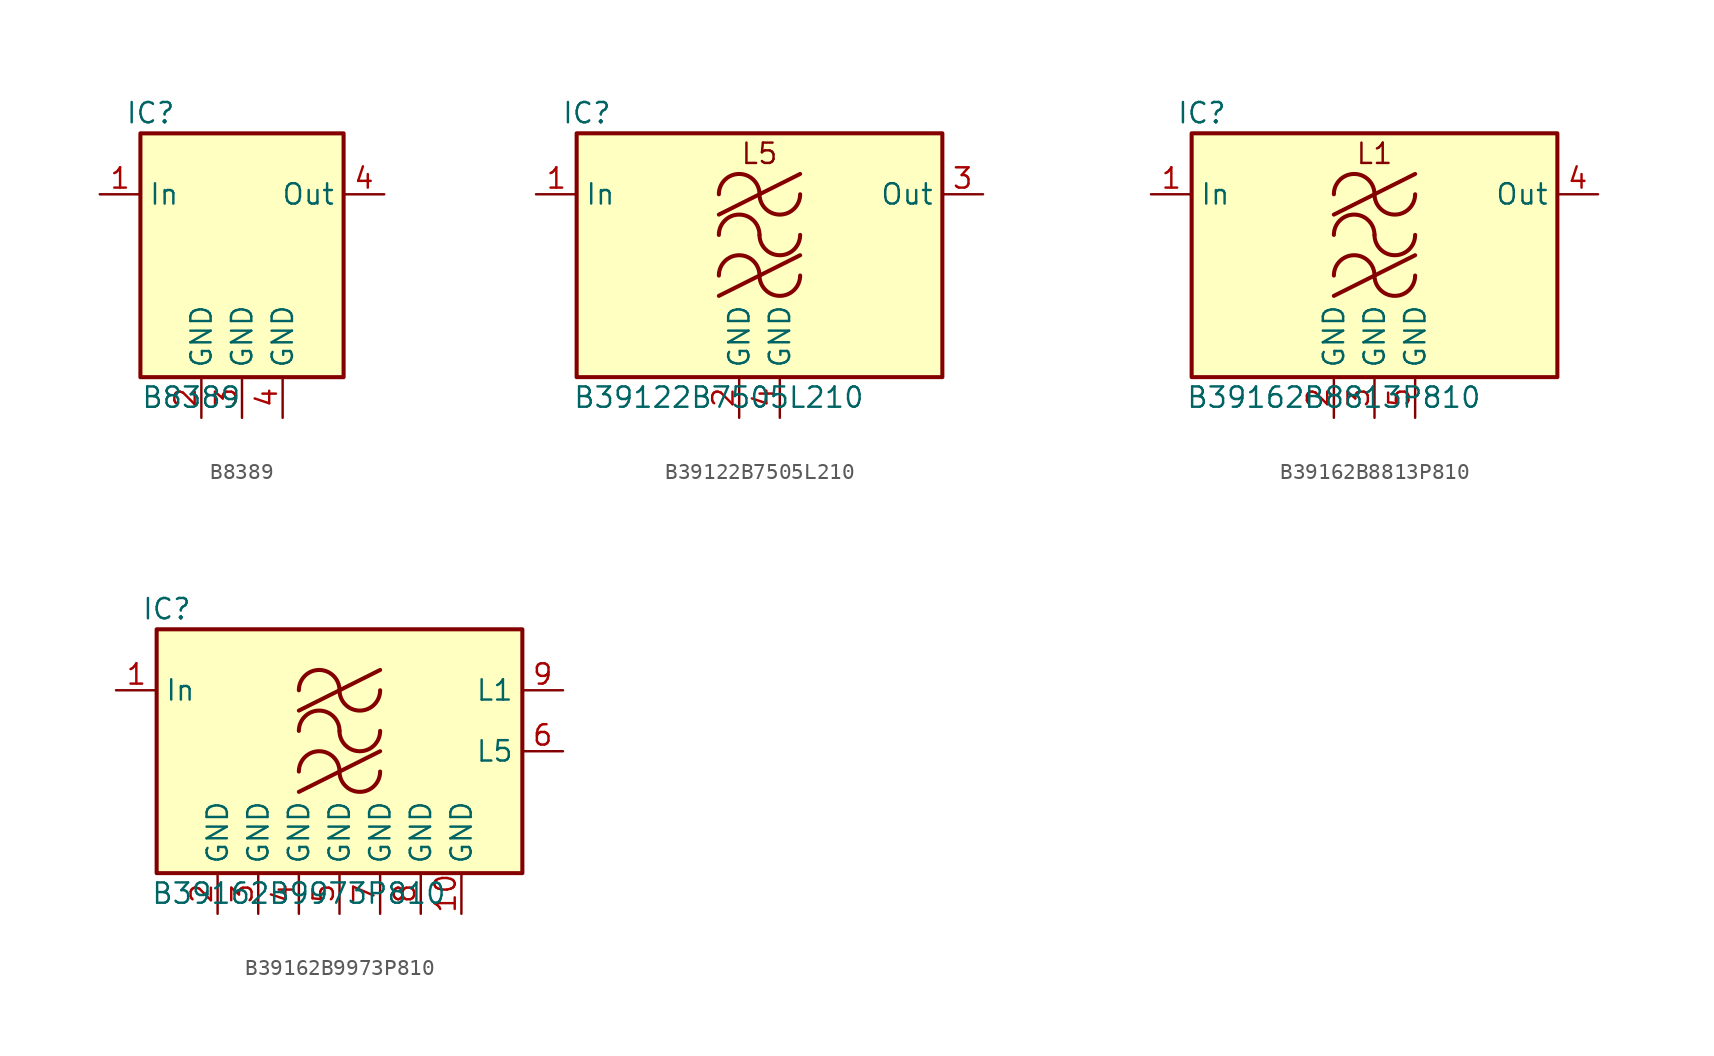
<source format=kicad_sym>
(kicad_symbol_lib
  (version 20220914)
  (generator kicad_symbol_editor)
  (symbol "B8389"
    (property "Reference" "IC"
      (at -5.715 8.89 0)
      (effects (font (size 1.27 1.27))))
    (property "Value" "B8389"
      (at -3.175 -8.89 0)
      (effects (font (size 1.27 1.27))))
    (symbol "B8389_1_1"
      (rectangle (start -6.35 7.62) (end 6.35 -7.62) (stroke (width 0.254) (type default)) (fill (type background)))
      (pin input line (at -8.89 3.81 0) (length 2.54) (name "In" (effects (font (size 1.27 1.27)))) (number "1" (effects (font (size 1.27 1.27)))))
      (pin passive line (at -2.54 -10.16 90) (length 2.54) (name "GND" (effects (font (size 1.27 1.27)))) (number "2" (effects (font (size 1.27 1.27)))))
      (pin passive line (at 0 -10.16 90) (length 2.54) (name "GND" (effects (font (size 1.27 1.27)))) (number "3" (effects (font (size 1.27 1.27)))))
      (pin passive line (at 2.54 -10.16 90) (length 2.54) (name "GND" (effects (font (size 1.27 1.27)))) (number "4" (effects (font (size 1.27 1.27)))))
      (pin output line (at 8.89 3.81 180) (length 2.54) (name "Out" (effects (font (size 1.27 1.27)))) (number "4" (effects (font (size 1.27 1.27)))))))
  (symbol "B39122B7505L210"
    (property "Reference" "IC"
      (at -10.795 8.89 0)
      (effects (font (size 1.27 1.27))))
    (property "Value" "B39122B7505L210"
      (at -2.54 -8.89 0)
      (effects (font (size 1.27 1.27))))
    (symbol "B39122B7505L210_1_1"
      (rectangle (start -11.43 7.62) (end 11.43 -7.62) (stroke (width 0.254) (type default)) (fill (type background)))
      (arc (start 0 -1.27) (mid -1.27 -0.0055) (end -2.54 -1.27) (stroke (width 0.254) (type default)) (fill (type none)))
      (arc (start 0 -1.27) (mid 1.27 -2.5345) (end 2.54 -1.27) (stroke (width 0.254) (type default)) (fill (type none)))
      (polyline (pts (xy -2.54 -2.54) (xy 2.54 0)) (stroke (width 0.254) (type default)) (fill (type none)))
      (polyline (pts (xy -2.54 2.54) (xy 2.54 5.08)) (stroke (width 0.254) (type default)) (fill (type none)))
      (arc (start 0 1.27) (mid -1.27 2.5345) (end -2.54 1.27) (stroke (width 0.254) (type default)) (fill (type none)))
      (arc (start 0 1.27) (mid 1.27 0.0055) (end 2.54 1.27) (stroke (width 0.254) (type default)) (fill (type none)))
      (arc (start 0 3.81) (mid -1.27 5.0745) (end -2.54 3.81) (stroke (width 0.254) (type default)) (fill (type none)))
      (arc (start 0 3.81) (mid 1.27 2.5455) (end 2.54 3.81) (stroke (width 0.254) (type default)) (fill (type none)))
      (text "L5\n" (at 0 6.35 0) (effects (font (size 1.27 1.27))))
      (pin input line (at -13.97 3.81 0) (length 2.54) (name "In" (effects (font (size 1.27 1.27)))) (number "1" (effects (font (size 1.27 1.27)))))
      (pin passive line (at -1.27 -10.16 90) (length 2.54) (name "GND" (effects (font (size 1.27 1.27)))) (number "2" (effects (font (size 1.27 1.27)))))
      (pin output line (at 13.97 3.81 180) (length 2.54) (name "Out" (effects (font (size 1.27 1.27)))) (number "3" (effects (font (size 1.27 1.27)))))
      (pin passive line (at 1.27 -10.16 90) (length 2.54) (name "GND" (effects (font (size 1.27 1.27)))) (number "4" (effects (font (size 1.27 1.27)))))))
  (symbol "B39162B8813P810"
    (property "Reference" "IC"
      (at -10.795 8.89 0)
      (effects (font (size 1.27 1.27))))
    (property "Value" "B39162B8813P810"
      (at -2.54 -8.89 0)
      (effects (font (size 1.27 1.27))))
    (symbol "B39162B8813P810_1_1"
      (rectangle (start -11.43 7.62) (end 11.43 -7.62) (stroke (width 0.254) (type default)) (fill (type background)))
      (arc (start 0 -1.27) (mid -1.27 -0.0055) (end -2.54 -1.27) (stroke (width 0.254) (type default)) (fill (type none)))
      (arc (start 0 -1.27) (mid 1.27 -2.5345) (end 2.54 -1.27) (stroke (width 0.254) (type default)) (fill (type none)))
      (polyline (pts (xy -2.54 -2.54) (xy 2.54 0)) (stroke (width 0.254) (type default)) (fill (type none)))
      (polyline (pts (xy -2.54 2.54) (xy 2.54 5.08)) (stroke (width 0.254) (type default)) (fill (type none)))
      (arc (start 0 1.27) (mid -1.27 2.5345) (end -2.54 1.27) (stroke (width 0.254) (type default)) (fill (type none)))
      (arc (start 0 1.27) (mid 1.27 0.0055) (end 2.54 1.27) (stroke (width 0.254) (type default)) (fill (type none)))
      (arc (start 0 3.81) (mid -1.27 5.0745) (end -2.54 3.81) (stroke (width 0.254) (type default)) (fill (type none)))
      (arc (start 0 3.81) (mid 1.27 2.5455) (end 2.54 3.81) (stroke (width 0.254) (type default)) (fill (type none)))
      (text "L1" (at 0 6.35 0) (effects (font (size 1.27 1.27))))
      (pin input line (at -13.97 3.81 0) (length 2.54) (name "In" (effects (font (size 1.27 1.27)))) (number "1" (effects (font (size 1.27 1.27)))))
      (pin passive line (at -2.54 -10.16 90) (length 2.54) (name "GND" (effects (font (size 1.27 1.27)))) (number "2" (effects (font (size 1.27 1.27)))))
      (pin passive line (at 0 -10.16 90) (length 2.54) (name "GND" (effects (font (size 1.27 1.27)))) (number "3" (effects (font (size 1.27 1.27)))))
      (pin output line (at 13.97 3.81 180) (length 2.54) (name "Out" (effects (font (size 1.27 1.27)))) (number "4" (effects (font (size 1.27 1.27)))))
      (pin passive line (at 2.54 -10.16 90) (length 2.54) (name "GND" (effects (font (size 1.27 1.27)))) (number "5" (effects (font (size 1.27 1.27)))))))
  (symbol "B39162B9973P810"
    (property "Reference" "IC"
      (at -10.795 8.89 0)
      (effects (font (size 1.27 1.27))))
    (property "Value" "B39162B9973P810"
      (at -2.54 -8.89 0)
      (effects (font (size 1.27 1.27))))
    (symbol "B39162B9973P810_1_1"
      (rectangle (start -11.43 7.62) (end 11.43 -7.62) (stroke (width 0.254) (type default)) (fill (type background)))
      (arc (start 0 -1.27) (mid -1.27 -0.0055) (end -2.54 -1.27) (stroke (width 0.254) (type default)) (fill (type none)))
      (arc (start 0 -1.27) (mid 1.27 -2.5345) (end 2.54 -1.27) (stroke (width 0.254) (type default)) (fill (type none)))
      (polyline (pts (xy -2.54 -2.54) (xy 2.54 0)) (stroke (width 0.254) (type default)) (fill (type none)))
      (polyline (pts (xy -2.54 2.54) (xy 2.54 5.08)) (stroke (width 0.254) (type default)) (fill (type none)))
      (arc (start 0 1.27) (mid -1.27 2.5345) (end -2.54 1.27) (stroke (width 0.254) (type default)) (fill (type none)))
      (arc (start 0 1.27) (mid 1.27 0.0055) (end 2.54 1.27) (stroke (width 0.254) (type default)) (fill (type none)))
      (arc (start 0 3.81) (mid -1.27 5.0745) (end -2.54 3.81) (stroke (width 0.254) (type default)) (fill (type none)))
      (arc (start 0 3.81) (mid 1.27 2.5455) (end 2.54 3.81) (stroke (width 0.254) (type default)) (fill (type none)))
      (pin input line (at -13.97 3.81 0) (length 2.54) (name "In" (effects (font (size 1.27 1.27)))) (number "1" (effects (font (size 1.27 1.27)))))
      (pin passive line (at 7.62 -10.16 90) (length 2.54) (name "GND" (effects (font (size 1.27 1.27)))) (number "10" (effects (font (size 1.27 1.27)))))
      (pin passive line (at -7.62 -10.16 90) (length 2.54) (name "GND" (effects (font (size 1.27 1.27)))) (number "2" (effects (font (size 1.27 1.27)))))
      (pin passive line (at -5.08 -10.16 90) (length 2.54) (name "GND" (effects (font (size 1.27 1.27)))) (number "3" (effects (font (size 1.27 1.27)))))
      (pin passive line (at -2.54 -10.16 90) (length 2.54) (name "GND" (effects (font (size 1.27 1.27)))) (number "4" (effects (font (size 1.27 1.27)))))
      (pin passive line (at 0 -10.16 90) (length 2.54) (name "GND" (effects (font (size 1.27 1.27)))) (number "5" (effects (font (size 1.27 1.27)))))
      (pin output line (at 13.97 0 180) (length 2.54) (name "L5" (effects (font (size 1.27 1.27)))) (number "6" (effects (font (size 1.27 1.27)))))
      (pin passive line (at 2.54 -10.16 90) (length 2.54) (name "GND" (effects (font (size 1.27 1.27)))) (number "7" (effects (font (size 1.27 1.27)))))
      (pin passive line (at 5.08 -10.16 90) (length 2.54) (name "GND" (effects (font (size 1.27 1.27)))) (number "8" (effects (font (size 1.27 1.27)))))
      (pin output line (at 13.97 3.81 180) (length 2.54) (name "L1" (effects (font (size 1.27 1.27)))) (number "9" (effects (font (size 1.27 1.27))))))))
</source>
